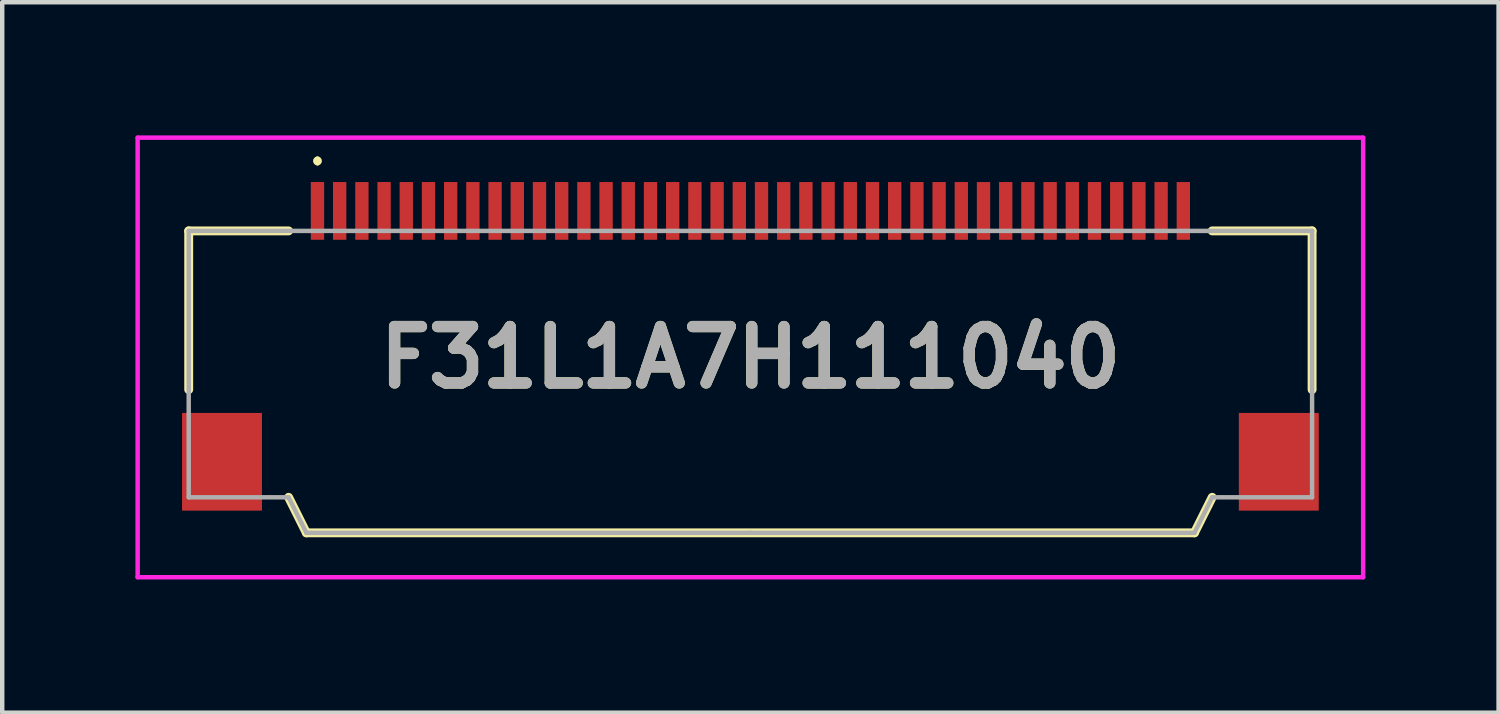
<source format=kicad_pcb>
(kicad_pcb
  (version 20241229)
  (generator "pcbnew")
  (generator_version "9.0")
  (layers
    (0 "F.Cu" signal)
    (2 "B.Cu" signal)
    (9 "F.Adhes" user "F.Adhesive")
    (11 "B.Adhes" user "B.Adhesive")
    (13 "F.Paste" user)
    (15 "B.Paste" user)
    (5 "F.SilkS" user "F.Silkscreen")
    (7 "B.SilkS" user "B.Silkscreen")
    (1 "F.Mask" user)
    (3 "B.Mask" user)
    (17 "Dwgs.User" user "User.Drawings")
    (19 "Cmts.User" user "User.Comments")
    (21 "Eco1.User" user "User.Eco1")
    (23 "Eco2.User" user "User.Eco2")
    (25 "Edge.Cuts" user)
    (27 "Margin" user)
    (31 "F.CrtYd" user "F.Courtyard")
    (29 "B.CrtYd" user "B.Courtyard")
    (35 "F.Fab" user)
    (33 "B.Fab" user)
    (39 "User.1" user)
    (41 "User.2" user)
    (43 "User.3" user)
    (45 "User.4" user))
  (footprint "F31L1A7H111040"
    (layer "F.Cu")
    (at 13.85 5.325)
    (property "Reference" "F31L1A7H111040" (at 0 -0.325 0) (layer "F.SilkS") (effects (font (size 1.27 1.27) (thickness 0.254))))
    (attr smd)
    (fp_line (start -12.65 -3.175) (end -12.65 0.4) (stroke (width 0.2) (type solid)) (layer "F.SilkS"))
    (fp_line (start -10.4 -3.175) (end -12.65 -3.175) (stroke (width 0.2) (type solid)) (layer "F.SilkS"))
    (fp_line (start -10 3.625) (end -10.4 2.825) (stroke (width 0.2) (type solid)) (layer "F.SilkS"))
    (fp_line (start -9.75 -4.8) (end -9.75 -4.8) (stroke (width 0.1) (type solid)) (layer "F.SilkS"))
    (fp_line (start -9.75 -4.7) (end -9.75 -4.7) (stroke (width 0.1) (type solid)) (layer "F.SilkS"))
    (fp_line (start 10 3.625) (end -10 3.625) (stroke (width 0.2) (type solid)) (layer "F.SilkS"))
    (fp_line (start 10.4 -3.175) (end 12.65 -3.175) (stroke (width 0.2) (type solid)) (layer "F.SilkS"))
    (fp_line (start 10.4 2.825) (end 10 3.625) (stroke (width 0.2) (type solid)) (layer "F.SilkS"))
    (fp_line (start 12.65 -3.175) (end 12.65 0.4) (stroke (width 0.2) (type solid)) (layer "F.SilkS"))
    (fp_arc (start -9.75 -4.8) (mid -9.7 -4.75) (end -9.75 -4.7) (stroke (width 0.1) (type solid)) (layer "F.SilkS"))
    (fp_arc (start -9.75 -4.7) (mid -9.8 -4.75) (end -9.75 -4.8) (stroke (width 0.1) (type solid)) (layer "F.SilkS"))
    (fp_line (start -13.8 -5.275) (end 13.8 -5.275) (stroke (width 0.1) (type solid)) (layer "F.CrtYd"))
    (fp_line (start -13.8 4.625) (end -13.8 -5.275) (stroke (width 0.1) (type solid)) (layer "F.CrtYd"))
    (fp_line (start 13.8 -5.275) (end 13.8 4.625) (stroke (width 0.1) (type solid)) (layer "F.CrtYd"))
    (fp_line (start 13.8 4.625) (end -13.8 4.625) (stroke (width 0.1) (type solid)) (layer "F.CrtYd"))
    (fp_line (start -12.65 -3.175) (end 12.65 -3.175) (stroke (width 0.1) (type solid)) (layer "F.Fab"))
    (fp_line (start -12.65 2.825) (end -12.65 -3.175) (stroke (width 0.1) (type solid)) (layer "F.Fab"))
    (fp_line (start -10.4 2.825) (end -12.65 2.825) (stroke (width 0.1) (type solid)) (layer "F.Fab"))
    (fp_line (start -10 3.625) (end -10.4 2.825) (stroke (width 0.1) (type solid)) (layer "F.Fab"))
    (fp_line (start 0 3.625) (end -10 3.625) (stroke (width 0.1) (type solid)) (layer "F.Fab"))
    (fp_line (start 10 3.625) (end 0 3.625) (stroke (width 0.1) (type solid)) (layer "F.Fab"))
    (fp_line (start 10.4 2.825) (end 10 3.625) (stroke (width 0.1) (type solid)) (layer "F.Fab"))
    (fp_line (start 12.65 -3.175) (end 12.65 2.825) (stroke (width 0.1) (type solid)) (layer "F.Fab"))
    (fp_line (start 12.65 2.825) (end 10.4 2.825) (stroke (width 0.1) (type solid)) (layer "F.Fab"))
    (fp_text user "${REFERENCE}" (at 0 -0.325 0) (layer "F.Fab") (effects (font (size 1.27 1.27) (thickness 0.254))))
    (pad "1" smd rect (at -9.75 -3.625) (size 0.3 1.3) (layers "F.Cu" "F.Mask" "F.Paste"))
    (pad "2" smd rect (at -9.25 -3.625) (size 0.3 1.3) (layers "F.Cu" "F.Mask" "F.Paste"))
    (pad "3" smd rect (at -8.75 -3.625) (size 0.3 1.3) (layers "F.Cu" "F.Mask" "F.Paste"))
    (pad "4" smd rect (at -8.25 -3.625) (size 0.3 1.3) (layers "F.Cu" "F.Mask" "F.Paste"))
    (pad "5" smd rect (at -7.75 -3.625) (size 0.3 1.3) (layers "F.Cu" "F.Mask" "F.Paste"))
    (pad "6" smd rect (at -7.25 -3.625) (size 0.3 1.3) (layers "F.Cu" "F.Mask" "F.Paste"))
    (pad "7" smd rect (at -6.75 -3.625) (size 0.3 1.3) (layers "F.Cu" "F.Mask" "F.Paste"))
    (pad "8" smd rect (at -6.25 -3.625) (size 0.3 1.3) (layers "F.Cu" "F.Mask" "F.Paste"))
    (pad "9" smd rect (at -5.75 -3.625) (size 0.3 1.3) (layers "F.Cu" "F.Mask" "F.Paste"))
    (pad "10" smd rect (at -5.25 -3.625) (size 0.3 1.3) (layers "F.Cu" "F.Mask" "F.Paste"))
    (pad "11" smd rect (at -4.75 -3.625) (size 0.3 1.3) (layers "F.Cu" "F.Mask" "F.Paste"))
    (pad "12" smd rect (at -4.25 -3.625) (size 0.3 1.3) (layers "F.Cu" "F.Mask" "F.Paste"))
    (pad "13" smd rect (at -3.75 -3.625) (size 0.3 1.3) (layers "F.Cu" "F.Mask" "F.Paste"))
    (pad "14" smd rect (at -3.25 -3.625) (size 0.3 1.3) (layers "F.Cu" "F.Mask" "F.Paste"))
    (pad "15" smd rect (at -2.75 -3.625) (size 0.3 1.3) (layers "F.Cu" "F.Mask" "F.Paste"))
    (pad "16" smd rect (at -2.25 -3.625) (size 0.3 1.3) (layers "F.Cu" "F.Mask" "F.Paste"))
    (pad "17" smd rect (at -1.75 -3.625) (size 0.3 1.3) (layers "F.Cu" "F.Mask" "F.Paste"))
    (pad "18" smd rect (at -1.25 -3.625) (size 0.3 1.3) (layers "F.Cu" "F.Mask" "F.Paste"))
    (pad "19" smd rect (at -0.75 -3.625) (size 0.3 1.3) (layers "F.Cu" "F.Mask" "F.Paste"))
    (pad "20" smd rect (at -0.25 -3.625) (size 0.3 1.3) (layers "F.Cu" "F.Mask" "F.Paste"))
    (pad "21" smd rect (at 0.25 -3.625) (size 0.3 1.3) (layers "F.Cu" "F.Mask" "F.Paste"))
    (pad "22" smd rect (at 0.75 -3.625) (size 0.3 1.3) (layers "F.Cu" "F.Mask" "F.Paste"))
    (pad "23" smd rect (at 1.25 -3.625) (size 0.3 1.3) (layers "F.Cu" "F.Mask" "F.Paste"))
    (pad "24" smd rect (at 1.75 -3.625) (size 0.3 1.3) (layers "F.Cu" "F.Mask" "F.Paste"))
    (pad "25" smd rect (at 2.25 -3.625) (size 0.3 1.3) (layers "F.Cu" "F.Mask" "F.Paste"))
    (pad "26" smd rect (at 2.75 -3.625) (size 0.3 1.3) (layers "F.Cu" "F.Mask" "F.Paste"))
    (pad "27" smd rect (at 3.25 -3.625) (size 0.3 1.3) (layers "F.Cu" "F.Mask" "F.Paste"))
    (pad "28" smd rect (at 3.75 -3.625) (size 0.3 1.3) (layers "F.Cu" "F.Mask" "F.Paste"))
    (pad "29" smd rect (at 4.25 -3.625) (size 0.3 1.3) (layers "F.Cu" "F.Mask" "F.Paste"))
    (pad "30" smd rect (at 4.75 -3.625) (size 0.3 1.3) (layers "F.Cu" "F.Mask" "F.Paste"))
    (pad "31" smd rect (at 5.25 -3.625) (size 0.3 1.3) (layers "F.Cu" "F.Mask" "F.Paste"))
    (pad "32" smd rect (at 5.75 -3.625) (size 0.3 1.3) (layers "F.Cu" "F.Mask" "F.Paste"))
    (pad "33" smd rect (at 6.25 -3.625) (size 0.3 1.3) (layers "F.Cu" "F.Mask" "F.Paste"))
    (pad "34" smd rect (at 6.75 -3.625) (size 0.3 1.3) (layers "F.Cu" "F.Mask" "F.Paste"))
    (pad "35" smd rect (at 7.25 -3.625) (size 0.3 1.3) (layers "F.Cu" "F.Mask" "F.Paste"))
    (pad "36" smd rect (at 7.75 -3.625) (size 0.3 1.3) (layers "F.Cu" "F.Mask" "F.Paste"))
    (pad "37" smd rect (at 8.25 -3.625) (size 0.3 1.3) (layers "F.Cu" "F.Mask" "F.Paste"))
    (pad "38" smd rect (at 8.75 -3.625) (size 0.3 1.3) (layers "F.Cu" "F.Mask" "F.Paste"))
    (pad "39" smd rect (at 9.25 -3.625) (size 0.3 1.3) (layers "F.Cu" "F.Mask" "F.Paste"))
    (pad "40" smd rect (at 9.75 -3.625) (size 0.3 1.3) (layers "F.Cu" "F.Mask" "F.Paste"))
    (pad "41" smd rect (at -11.9 2.025) (size 1.8 2.2) (layers "F.Cu" "F.Mask" "F.Paste"))
    (pad "42" smd rect (at 11.9 2.025) (size 1.8 2.2) (layers "F.Cu" "F.Mask" "F.Paste")))
  (gr_rect
    (start -3 -3)
    (end 30.7 13)
    (stroke (width 0.1) (type default))
    (fill no)
    (layer "Edge.Cuts")))
</source>
